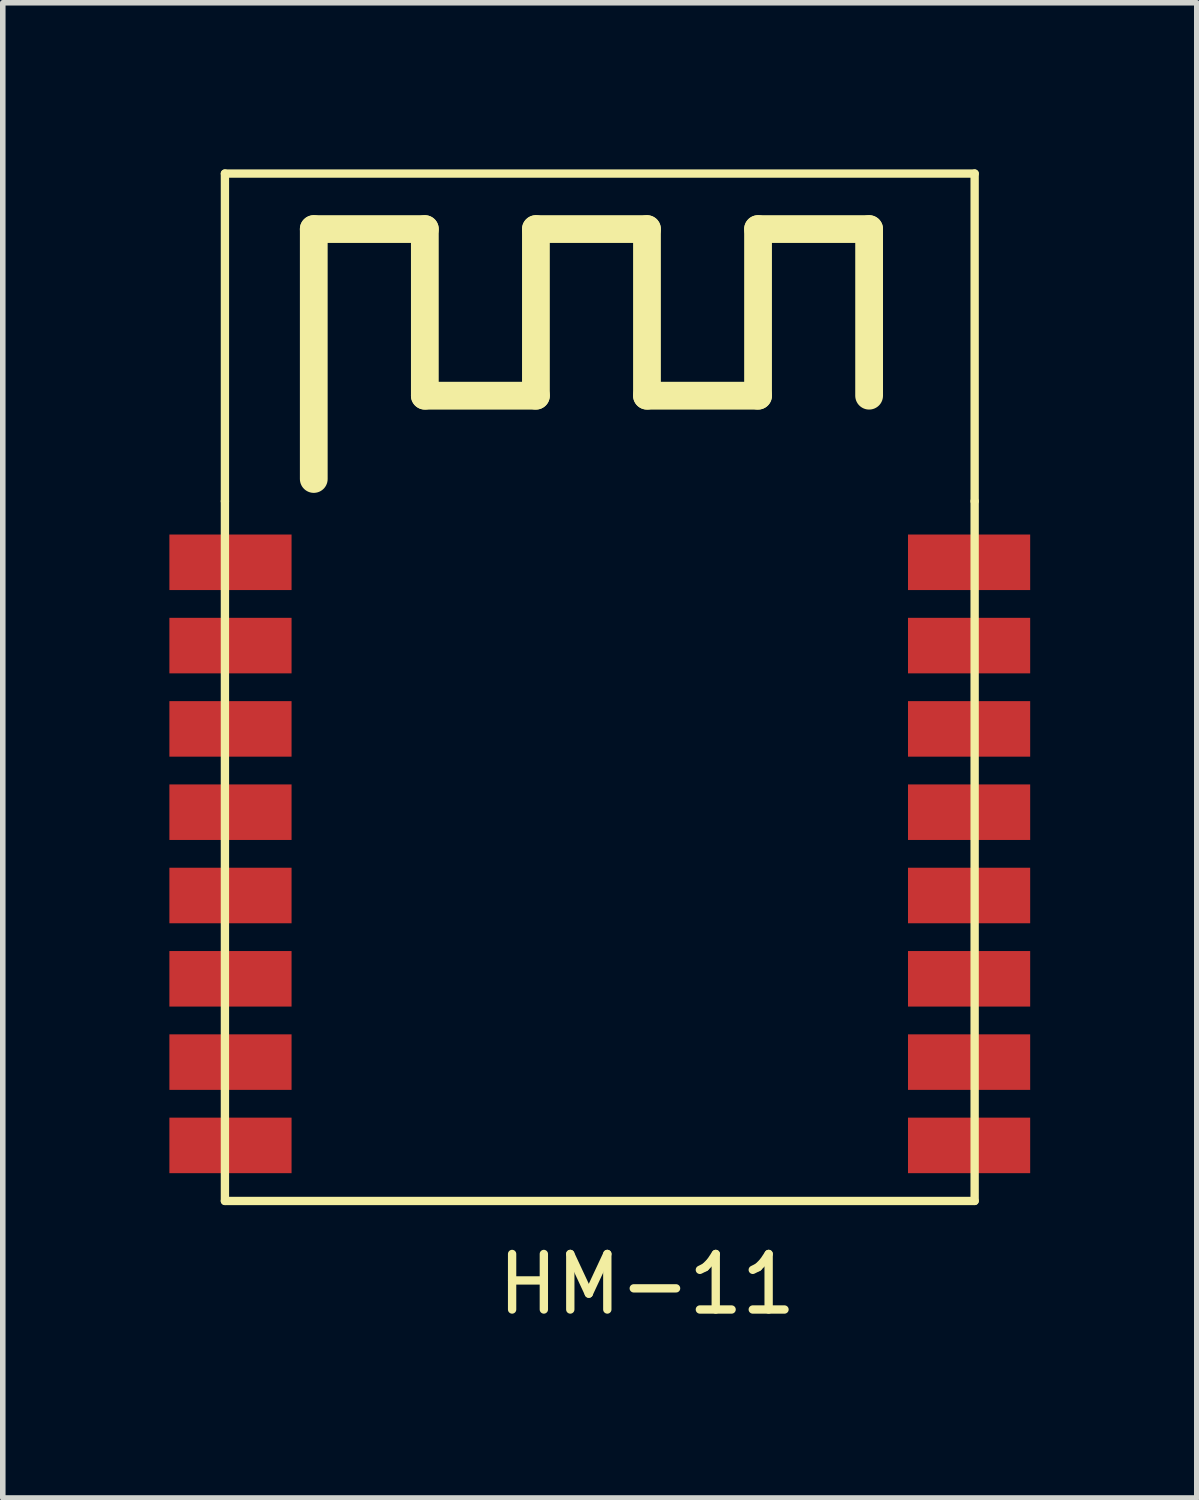
<source format=kicad_pcb>
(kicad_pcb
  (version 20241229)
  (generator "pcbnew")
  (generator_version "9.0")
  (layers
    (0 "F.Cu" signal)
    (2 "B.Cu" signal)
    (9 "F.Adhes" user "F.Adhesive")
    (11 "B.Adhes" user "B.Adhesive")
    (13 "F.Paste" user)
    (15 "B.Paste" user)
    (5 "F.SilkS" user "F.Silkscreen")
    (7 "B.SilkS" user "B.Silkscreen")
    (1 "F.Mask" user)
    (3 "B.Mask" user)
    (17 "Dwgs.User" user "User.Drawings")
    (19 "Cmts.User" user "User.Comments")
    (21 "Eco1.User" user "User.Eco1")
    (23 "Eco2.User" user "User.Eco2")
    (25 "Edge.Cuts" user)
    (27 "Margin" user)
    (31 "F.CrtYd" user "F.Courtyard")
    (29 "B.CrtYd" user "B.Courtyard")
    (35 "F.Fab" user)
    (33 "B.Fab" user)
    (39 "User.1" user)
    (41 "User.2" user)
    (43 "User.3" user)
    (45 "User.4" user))
  (footprint "HM-11"
    (layer "F.Cu")
    (at 1.1 7.075)
    (property "Reference" "HM-11" (at 7.5 13 0) (layer "F.SilkS") (effects (font (size 1 1) (thickness 0.15))))
    (attr through_hole)
    (fp_line (start -0.1 -7) (end 13.4 -7) (stroke (width 0.15) (type solid)) (layer "F.SilkS"))
    (fp_line (start -0.1 -1.1) (end -0.1 -7) (stroke (width 0.15) (type solid)) (layer "F.SilkS"))
    (fp_line (start -0.1 -1.1) (end -0.1 11.5) (stroke (width 0.15) (type solid)) (layer "F.SilkS"))
    (fp_line (start -0.1 11.5) (end 13.4 11.5) (stroke (width 0.15) (type solid)) (layer "F.SilkS"))
    (fp_line (start 1.5 -6) (end 3.5 -6) (stroke (width 0.5) (type solid)) (layer "F.SilkS"))
    (fp_line (start 1.5 -1.5) (end 1.5 -6) (stroke (width 0.5) (type solid)) (layer "F.SilkS"))
    (fp_line (start 3.5 -6) (end 3.5 -3) (stroke (width 0.5) (type solid)) (layer "F.SilkS"))
    (fp_line (start 3.5 -3) (end 5.5 -3) (stroke (width 0.5) (type solid)) (layer "F.SilkS"))
    (fp_line (start 5.5 -6) (end 7.5 -6) (stroke (width 0.5) (type solid)) (layer "F.SilkS"))
    (fp_line (start 5.5 -3) (end 5.5 -6) (stroke (width 0.5) (type solid)) (layer "F.SilkS"))
    (fp_line (start 7.5 -6) (end 7.5 -3) (stroke (width 0.5) (type solid)) (layer "F.SilkS"))
    (fp_line (start 7.5 -3) (end 9.5 -3) (stroke (width 0.5) (type solid)) (layer "F.SilkS"))
    (fp_line (start 9.5 -6) (end 11.5 -6) (stroke (width 0.5) (type solid)) (layer "F.SilkS"))
    (fp_line (start 9.5 -3) (end 9.5 -6) (stroke (width 0.5) (type solid)) (layer "F.SilkS"))
    (fp_line (start 11.5 -6) (end 11.5 -3) (stroke (width 0.5) (type solid)) (layer "F.SilkS"))
    (fp_line (start 13.4 -7) (end 13.4 -1.1) (stroke (width 0.15) (type solid)) (layer "F.SilkS"))
    (fp_line (start 13.4 11.5) (end 13.4 -1.1) (stroke (width 0.15) (type solid)) (layer "F.SilkS"))
    (pad "1" smd rect (at 0 0) (size 2.2 1) (layers "F.Cu" "F.Mask" "F.Paste"))
    (pad "2" smd rect (at 0 1.5) (size 2.2 1) (layers "F.Cu" "F.Mask" "F.Paste"))
    (pad "3" smd rect (at 0 3) (size 2.2 1) (layers "F.Cu" "F.Mask" "F.Paste"))
    (pad "4" smd rect (at 0 4.5) (size 2.2 1) (layers "F.Cu" "F.Mask" "F.Paste"))
    (pad "5" smd rect (at 0 6) (size 2.2 1) (layers "F.Cu" "F.Mask" "F.Paste"))
    (pad "6" smd rect (at 0 7.5) (size 2.2 1) (layers "F.Cu" "F.Mask" "F.Paste"))
    (pad "7" smd rect (at 0 9) (size 2.2 1) (layers "F.Cu" "F.Mask" "F.Paste"))
    (pad "8" smd rect (at 0 10.5) (size 2.2 1) (layers "F.Cu" "F.Mask" "F.Paste"))
    (pad "9" smd rect (at 13.3 10.5) (size 2.2 1) (layers "F.Cu" "F.Mask" "F.Paste"))
    (pad "10" smd rect (at 13.3 9) (size 2.2 1) (layers "F.Cu" "F.Mask" "F.Paste"))
    (pad "11" smd rect (at 13.3 7.5) (size 2.2 1) (layers "F.Cu" "F.Mask" "F.Paste"))
    (pad "12" smd rect (at 13.3 6) (size 2.2 1) (layers "F.Cu" "F.Mask" "F.Paste"))
    (pad "13" smd rect (at 13.3 4.5) (size 2.2 1) (layers "F.Cu" "F.Mask" "F.Paste"))
    (pad "14" smd rect (at 13.3 3) (size 2.2 1) (layers "F.Cu" "F.Mask" "F.Paste"))
    (pad "15" smd rect (at 13.3 1.5) (size 2.2 1) (layers "F.Cu" "F.Mask" "F.Paste"))
    (pad "16" smd rect (at 13.3 0) (size 2.2 1) (layers "F.Cu" "F.Mask" "F.Paste")))
  (gr_rect
    (start -3 -3)
    (end 18.5 23.923)
    (stroke (width 0.1) (type default))
    (fill no)
    (layer "Edge.Cuts")))
</source>
